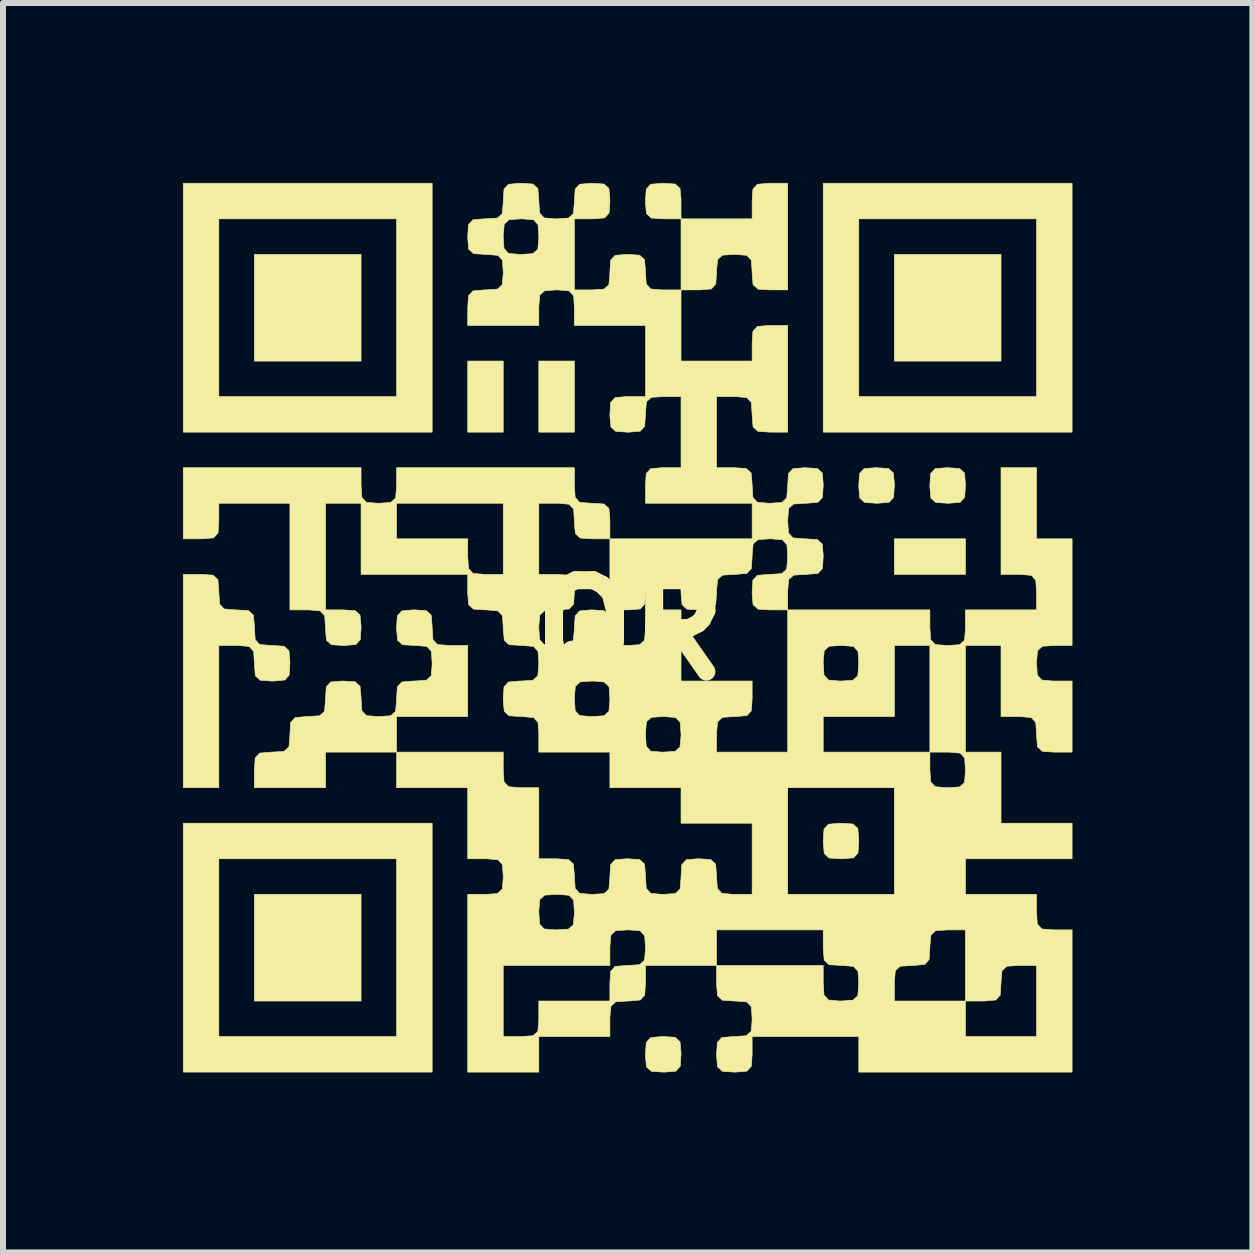
<source format=kicad_pcb>
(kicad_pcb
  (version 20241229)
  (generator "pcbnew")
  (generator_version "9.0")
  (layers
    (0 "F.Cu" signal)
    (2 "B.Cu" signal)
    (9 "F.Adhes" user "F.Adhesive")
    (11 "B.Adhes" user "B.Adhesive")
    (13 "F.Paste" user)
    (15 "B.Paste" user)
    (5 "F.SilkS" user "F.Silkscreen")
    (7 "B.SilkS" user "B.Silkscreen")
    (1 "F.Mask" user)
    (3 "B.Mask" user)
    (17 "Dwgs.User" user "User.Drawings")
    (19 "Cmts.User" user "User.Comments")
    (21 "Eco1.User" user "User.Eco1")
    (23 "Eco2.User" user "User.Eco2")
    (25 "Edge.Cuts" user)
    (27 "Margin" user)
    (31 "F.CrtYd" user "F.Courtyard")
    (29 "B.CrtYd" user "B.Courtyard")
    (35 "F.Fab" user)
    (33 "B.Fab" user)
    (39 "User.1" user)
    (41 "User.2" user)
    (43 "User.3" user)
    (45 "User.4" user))
  (footprint "QR"
    (layer "F.Cu")
    (at 7.456 7.456)
    (property "Reference" "QR" (at 0 0 0) (layer "F.SilkS") (effects (font (size 1.524 1.524) (thickness 0.3))))
    (attr through_hole)
    (fp_poly (pts (xy -4.487 -4.487) (xy -6.265 -4.487) (xy -6.265 -6.265) (xy -4.487 -6.265) (xy -4.487 -4.487)) (stroke (width 0.01) (type solid)) (fill yes) (layer "F.SilkS"))
    (fp_poly (pts (xy -4.487 6.181) (xy -6.265 6.181) (xy -6.265 4.403) (xy -4.487 4.403) (xy -4.487 6.181)) (stroke (width 0.01) (type solid)) (fill yes) (layer "F.SilkS"))
    (fp_poly (pts (xy -2.117 -3.302) (xy -2.709 -3.302) (xy -2.709 -4.487) (xy -2.117 -4.487) (xy -2.117 -3.302)) (stroke (width 0.01) (type solid)) (fill yes) (layer "F.SilkS"))
    (fp_poly (pts (xy -0.931 -3.302) (xy -1.524 -3.302) (xy -1.524 -4.487) (xy -0.931 -4.487) (xy -0.931 -3.302)) (stroke (width 0.01) (type solid)) (fill yes) (layer "F.SilkS"))
    (fp_poly (pts (xy 5.588 -0.931) (xy 4.403 -0.931) (xy 4.403 -1.524) (xy 5.588 -1.524) (xy 5.588 -0.931)) (stroke (width 0.01) (type solid)) (fill yes) (layer "F.SilkS"))
    (fp_poly (pts (xy 6.181 -4.487) (xy 4.403 -4.487) (xy 4.403 -6.265) (xy 6.181 -6.265) (xy 6.181 -4.487)) (stroke (width 0.01) (type solid)) (fill yes) (layer "F.SilkS"))
    (fp_poly (pts (xy -3.302 -3.302) (xy -7.451 -3.302) (xy -7.451 -6.858) (xy -6.858 -6.858) (xy -6.858 -3.895) (xy -3.895 -3.895) (xy -3.895 -6.858) (xy -6.858 -6.858) (xy -7.451 -6.858) (xy -7.451 -7.451) (xy -3.302 -7.451) (xy -3.302 -3.302)) (stroke (width 0.01) (type solid)) (fill yes) (layer "F.SilkS"))
    (fp_poly (pts (xy -3.302 7.366) (xy -7.451 7.366) (xy -7.451 3.81) (xy -6.858 3.81) (xy -6.858 6.773) (xy -3.895 6.773) (xy -3.895 3.81) (xy -6.858 3.81) (xy -7.451 3.81) (xy -7.451 3.217) (xy -3.302 3.217) (xy -3.302 7.366)) (stroke (width 0.01) (type solid)) (fill yes) (layer "F.SilkS"))
    (fp_poly (pts (xy 7.366 -3.302) (xy 3.217 -3.302) (xy 3.217 -6.858) (xy 3.81 -6.858) (xy 3.81 -3.895) (xy 6.773 -3.895) (xy 6.773 -6.858) (xy 3.81 -6.858) (xy 3.217 -6.858) (xy 3.217 -7.451) (xy 7.366 -7.451) (xy 7.366 -3.302)) (stroke (width 0.01) (type solid)) (fill yes) (layer "F.SilkS"))
    (fp_poly (pts (xy 0.55 -6.858) (xy 0.352 -6.871) (xy 0.27 -6.945) (xy 0.254 -7.132) (xy 0.254 -7.154) (xy 0.267 -7.353) (xy 0.341 -7.434) (xy 0.528 -7.451) (xy 0.55 -7.451) (xy 0.749 -7.438) (xy 0.83 -7.364) (xy 0.847 -7.177) (xy 0.847 -7.154) (xy 0.847 -6.858) (xy 0.55 -6.858)) (stroke (width 0.01) (type solid)) (fill yes) (layer "F.SilkS"))
    (fp_poly (pts (xy 0.749 6.786) (xy 0.83 6.86) (xy 0.847 7.047) (xy 0.847 7.07) (xy 0.834 7.268) (xy 0.76 7.35) (xy 0.573 7.366) (xy 0.55 7.366) (xy 0.352 7.353) (xy 0.27 7.279) (xy 0.254 7.092) (xy 0.254 7.07) (xy 0.267 6.871) (xy 0.341 6.79) (xy 0.528 6.773) (xy 0.55 6.773) (xy 0.749 6.786)) (stroke (width 0.01) (type solid)) (fill yes) (layer "F.SilkS"))
    (fp_poly (pts (xy 3.712 3.23) (xy 3.794 3.304) (xy 3.81 3.491) (xy 3.81 3.514) (xy 3.797 3.712) (xy 3.723 3.794) (xy 3.536 3.81) (xy 3.514 3.81) (xy 3.315 3.797) (xy 3.234 3.723) (xy 3.217 3.536) (xy 3.217 3.514) (xy 3.23 3.315) (xy 3.304 3.234) (xy 3.491 3.217) (xy 3.514 3.217) (xy 3.712 3.23)) (stroke (width 0.01) (type solid)) (fill yes) (layer "F.SilkS"))
    (fp_poly (pts (xy 4.305 -2.696) (xy 4.386 -2.622) (xy 4.403 -2.436) (xy 4.403 -2.413) (xy 4.39 -2.214) (xy 4.316 -2.133) (xy 4.129 -2.117) (xy 4.106 -2.117) (xy 3.908 -2.13) (xy 3.826 -2.204) (xy 3.81 -2.39) (xy 3.81 -2.413) (xy 3.823 -2.612) (xy 3.897 -2.693) (xy 4.084 -2.709) (xy 4.106 -2.709) (xy 4.305 -2.696)) (stroke (width 0.01) (type solid)) (fill yes) (layer "F.SilkS"))
    (fp_poly (pts (xy 5.49 -2.696) (xy 5.572 -2.622) (xy 5.588 -2.436) (xy 5.588 -2.413) (xy 5.575 -2.214) (xy 5.501 -2.133) (xy 5.314 -2.117) (xy 5.292 -2.117) (xy 5.093 -2.13) (xy 5.012 -2.204) (xy 4.995 -2.39) (xy 4.995 -2.413) (xy 5.008 -2.612) (xy 5.082 -2.693) (xy 5.269 -2.709) (xy 5.292 -2.709) (xy 5.49 -2.696)) (stroke (width 0.01) (type solid)) (fill yes) (layer "F.SilkS"))
    (fp_poly (pts (xy 0.847 -6.858) (xy 2.032 -6.858) (xy 2.032 -7.154) (xy 2.045 -7.353) (xy 2.119 -7.434) (xy 2.306 -7.451) (xy 2.328 -7.451) (xy 2.625 -7.451) (xy 2.625 -5.673) (xy 2.328 -5.673) (xy 2.13 -5.686) (xy 2.048 -5.76) (xy 2.032 -5.946) (xy 2.032 -5.969) (xy 2.019 -6.168) (xy 1.945 -6.249) (xy 1.758 -6.265) (xy 1.736 -6.265) (xy 1.537 -6.252) (xy 1.456 -6.178) (xy 1.439 -5.992) (xy 1.439 -5.969) (xy 1.426 -5.77) (xy 1.352 -5.689) (xy 1.166 -5.673) (xy 1.143 -5.673) (xy 0.847 -5.673) (xy 0.847 -6.858)) (stroke (width 0.01) (type solid)) (fill yes) (layer "F.SilkS"))
    (fp_poly (pts (xy -6.956 -0.918) (xy -6.874 -0.844) (xy -6.858 -0.658) (xy -6.858 -0.635) (xy -6.845 -0.436) (xy -6.771 -0.355) (xy -6.584 -0.339) (xy -6.562 -0.339) (xy -6.363 -0.326) (xy -6.282 -0.252) (xy -6.265 -0.065) (xy -6.265 -0.042) (xy -6.252 0.156) (xy -6.178 0.238) (xy -5.992 0.254) (xy -5.969 0.254) (xy -5.77 0.267) (xy -5.689 0.341) (xy -5.673 0.528) (xy -5.673 0.55) (xy -5.686 0.749) (xy -5.76 0.83) (xy -5.946 0.847) (xy -5.969 0.847) (xy -6.168 0.834) (xy -6.249 0.76) (xy -6.265 0.573) (xy -6.265 0.55) (xy -6.278 0.352) (xy -6.352 0.27) (xy -6.539 0.254) (xy -6.562 0.254) (xy -6.858 0.254) (xy -6.858 2.625) (xy -7.451 2.625) (xy -7.451 -0.931) (xy -7.154 -0.931) (xy -6.956 -0.918)) (stroke (width 0.01) (type solid)) (fill yes) (layer "F.SilkS"))
    (fp_poly (pts (xy -3.4 -0.326) (xy -3.318 -0.252) (xy -3.302 -0.065) (xy -3.302 -0.042) (xy -3.289 0.156) (xy -3.215 0.238) (xy -3.028 0.254) (xy -3.006 0.254) (xy -2.709 0.254) (xy -2.709 1.439) (xy -3.895 1.439) (xy -3.895 2.032) (xy -5.08 2.032) (xy -5.08 2.625) (xy -6.265 2.625) (xy -6.265 2.328) (xy -6.252 2.13) (xy -6.178 2.048) (xy -5.992 2.032) (xy -5.969 2.032) (xy -5.77 2.019) (xy -5.689 1.945) (xy -5.673 1.758) (xy -5.673 1.736) (xy -5.66 1.537) (xy -5.586 1.456) (xy -5.399 1.439) (xy -5.376 1.439) (xy -5.178 1.426) (xy -5.096 1.352) (xy -5.08 1.166) (xy -5.08 1.143) (xy -5.067 0.944) (xy -4.993 0.863) (xy -4.806 0.847) (xy -4.784 0.847) (xy -4.585 0.86) (xy -4.504 0.934) (xy -4.487 1.12) (xy -4.487 1.143) (xy -4.474 1.342) (xy -4.4 1.423) (xy -4.214 1.439) (xy -4.191 1.439) (xy -3.992 1.426) (xy -3.911 1.352) (xy -3.895 1.166) (xy -3.895 1.143) (xy -3.882 0.944) (xy -3.808 0.863) (xy -3.621 0.847) (xy -3.598 0.847) (xy -3.4 0.834) (xy -3.318 0.76) (xy -3.302 0.573) (xy -3.302 0.55) (xy -3.315 0.352) (xy -3.389 0.27) (xy -3.576 0.254) (xy -3.598 0.254) (xy -3.797 0.241) (xy -3.878 0.167) (xy -3.895 -0.02) (xy -3.895 -0.042) (xy -3.882 -0.241) (xy -3.808 -0.322) (xy -3.621 -0.339) (xy -3.598 -0.339) (xy -3.4 -0.326)) (stroke (width 0.01) (type solid)) (fill yes) (layer "F.SilkS"))
    (fp_poly (pts (xy 0.254 5.588) (xy 0.254 5.884) (xy 0.241 6.083) (xy 0.167 6.164) (xy -0.02 6.181) (xy -0.042 6.181) (xy -0.241 6.194) (xy -0.322 6.268) (xy -0.339 6.454) (xy -0.339 6.477) (xy -0.339 6.773) (xy -1.524 6.773) (xy -1.524 7.366) (xy -2.709 7.366) (xy -2.709 5.588) (xy -2.117 5.588) (xy -2.117 6.773) (xy -1.82 6.773) (xy -1.622 6.76) (xy -1.54 6.686) (xy -1.524 6.5) (xy -1.524 6.477) (xy -1.524 6.181) (xy -0.339 6.181) (xy -0.339 5.884) (xy -0.326 5.686) (xy -0.252 5.604) (xy -0.065 5.588) (xy -0.042 5.588) (xy 0.156 5.575) (xy 0.238 5.501) (xy 0.254 5.314) (xy 0.254 5.292) (xy 0.241 5.093) (xy 0.167 5.012) (xy -0.02 4.995) (xy -0.042 4.995) (xy 1.439 4.995) (xy 1.439 5.588) (xy 3.217 5.588) (xy 3.217 5.884) (xy 3.23 6.083) (xy 3.304 6.164) (xy 3.491 6.181) (xy 3.514 6.181) (xy 3.712 6.168) (xy 3.794 6.094) (xy 3.81 5.907) (xy 3.81 5.884) (xy 4.403 5.884) (xy 4.403 6.181) (xy 5.588 6.181) (xy 5.588 4.995) (xy 5.292 4.995) (xy 5.093 5.008) (xy 5.012 5.082) (xy 4.995 5.269) (xy 4.995 5.292) (xy 4.982 5.49) (xy 4.908 5.572) (xy 4.722 5.588) (xy 4.699 5.588) (xy 4.5 5.601) (xy 4.419 5.675) (xy 4.403 5.862) (xy 4.403 5.884) (xy 3.81 5.884) (xy 3.797 5.686) (xy 3.723 5.604) (xy 3.536 5.588) (xy 3.514 5.588) (xy 3.315 5.575) (xy 3.234 5.501) (xy 3.217 5.314) (xy 3.217 5.292) (xy 3.217 4.995) (xy 1.439 4.995) (xy -0.042 4.995) (xy -0.241 5.008) (xy -0.322 5.082) (xy -0.339 5.269) (xy -0.339 5.292) (xy -0.339 5.588) (xy -2.117 5.588) (xy -2.709 5.588) (xy -2.709 4.699) (xy -1.524 4.699) (xy -1.511 4.898) (xy -1.437 4.979) (xy -1.25 4.995) (xy -1.228 4.995) (xy -1.029 4.982) (xy -0.948 4.908) (xy -0.931 4.722) (xy -0.931 4.699) (xy -0.944 4.5) (xy -1.018 4.419) (xy -1.205 4.403) (xy -1.228 4.403) (xy -1.426 4.416) (xy -1.508 4.49) (xy -1.524 4.676) (xy -1.524 4.699) (xy -2.709 4.699) (xy -2.709 4.403) (xy -2.413 4.403) (xy -2.214 4.39) (xy -2.133 4.316) (xy -2.117 4.129) (xy -2.117 4.106) (xy -2.13 3.908) (xy -2.204 3.826) (xy -2.39 3.81) (xy -2.413 3.81) (xy -2.709 3.81) (xy -2.709 2.625) (xy -3.895 2.625) (xy -3.895 2.032) (xy -2.117 2.032) (xy -2.117 2.328) (xy -2.104 2.527) (xy -2.03 2.608) (xy -1.843 2.625) (xy -1.82 2.625) (xy -1.524 2.625) (xy -1.524 3.81) (xy -1.228 3.81) (xy -1.029 3.823) (xy -0.948 3.897) (xy -0.931 4.084) (xy -0.931 4.106) (xy -0.918 4.305) (xy -0.844 4.386) (xy -0.658 4.403) (xy -0.635 4.403) (xy -0.436 4.39) (xy -0.355 4.316) (xy -0.339 4.129) (xy -0.339 4.106) (xy -0.326 3.908) (xy -0.252 3.826) (xy -0.065 3.81) (xy -0.042 3.81) (xy 0.156 3.823) (xy 0.238 3.897) (xy 0.254 4.084) (xy 0.254 4.106) (xy 0.267 4.305) (xy 0.341 4.386) (xy 0.528 4.403) (xy 0.55 4.403) (xy 0.749 4.39) (xy 0.83 4.316) (xy 0.847 4.129) (xy 0.847 4.106) (xy 0.86 3.908) (xy 0.934 3.826) (xy 1.12 3.81) (xy 1.143 3.81) (xy 1.342 3.823) (xy 1.423 3.897) (xy 1.439 4.084) (xy 1.439 4.106) (xy 1.452 4.305) (xy 1.526 4.386) (xy 1.713 4.403) (xy 1.736 4.403) (xy 2.032 4.403) (xy 2.032 3.217) (xy 0.847 3.217) (xy 0.847 2.625) (xy 2.625 2.625) (xy 2.625 4.403) (xy 4.403 4.403) (xy 4.403 2.625) (xy 2.625 2.625) (xy 0.847 2.625) (xy -0.339 2.625) (xy -0.339 2.328) (xy 4.995 2.328) (xy 5.008 2.527) (xy 5.082 2.608) (xy 5.269 2.625) (xy 5.292 2.625) (xy 5.49 2.612) (xy 5.572 2.538) (xy 5.588 2.351) (xy 5.588 2.328) (xy 5.575 2.13) (xy 5.501 2.048) (xy 5.314 2.032) (xy 5.292 2.032) (xy 4.995 2.032) (xy 4.995 2.328) (xy -0.339 2.328) (xy -0.339 2.032) (xy -1.524 2.032) (xy -1.524 1.736) (xy 0.254 1.736) (xy 0.267 1.934) (xy 0.341 2.016) (xy 0.528 2.032) (xy 0.55 2.032) (xy 0.749 2.019) (xy 0.83 1.945) (xy 0.847 1.758) (xy 0.847 1.736) (xy 0.834 1.537) (xy 0.76 1.456) (xy 0.573 1.439) (xy 0.55 1.439) (xy 0.352 1.452) (xy 0.27 1.526) (xy 0.254 1.713) (xy 0.254 1.736) (xy -1.524 1.736) (xy -1.537 1.537) (xy -1.611 1.456) (xy -1.798 1.439) (xy -1.82 1.439) (xy -2.019 1.426) (xy -2.1 1.352) (xy -2.117 1.166) (xy -2.117 1.143) (xy -0.931 1.143) (xy -0.918 1.342) (xy -0.844 1.423) (xy -0.658 1.439) (xy -0.635 1.439) (xy -0.436 1.426) (xy -0.355 1.352) (xy -0.339 1.166) (xy -0.339 1.143) (xy -0.352 0.944) (xy -0.426 0.863) (xy -0.612 0.847) (xy -0.635 0.847) (xy -0.834 0.86) (xy -0.915 0.934) (xy -0.931 1.12) (xy -0.931 1.143) (xy -2.117 1.143) (xy -2.104 0.944) (xy -2.03 0.863) (xy -1.843 0.847) (xy -1.82 0.847) (xy -1.622 0.834) (xy -1.54 0.76) (xy -1.524 0.573) (xy -1.524 0.55) (xy -1.537 0.352) (xy -1.611 0.27) (xy -1.798 0.254) (xy -1.82 0.254) (xy -2.019 0.241) (xy -2.1 0.167) (xy -2.117 -0.02) (xy -2.117 -0.042) (xy -2.13 -0.241) (xy -2.204 -0.322) (xy -2.39 -0.339) (xy -2.413 -0.339) (xy -2.612 -0.352) (xy -2.693 -0.426) (xy -2.709 -0.612) (xy -2.709 -0.635) (xy -2.709 -0.931) (xy -4.487 -0.931) (xy -4.487 -2.117) (xy -5.08 -2.117) (xy -5.08 -0.339) (xy -4.784 -0.339) (xy -4.585 -0.326) (xy -4.504 -0.252) (xy -4.487 -0.065) (xy -4.487 -0.042) (xy -4.5 0.156) (xy -4.574 0.238) (xy -4.761 0.254) (xy -4.784 0.254) (xy -4.982 0.241) (xy -5.064 0.167) (xy -5.08 -0.02) (xy -5.08 -0.042) (xy -5.093 -0.241) (xy -5.167 -0.322) (xy -5.354 -0.339) (xy -5.376 -0.339) (xy -5.673 -0.339) (xy -5.673 -2.117) (xy -6.858 -2.117) (xy -6.858 -1.82) (xy -6.871 -1.622) (xy -6.945 -1.54) (xy -7.132 -1.524) (xy -7.154 -1.524) (xy -7.451 -1.524) (xy -7.451 -2.709) (xy -4.487 -2.709) (xy -4.487 -2.413) (xy -4.474 -2.214) (xy -4.4 -2.133) (xy -4.214 -2.117) (xy -4.191 -2.117) (xy -3.895 -2.117) (xy -3.895 -1.524) (xy -2.709 -1.524) (xy -2.709 -1.228) (xy -2.696 -1.029) (xy -2.622 -0.948) (xy -2.436 -0.931) (xy -2.413 -0.931) (xy -2.117 -0.931) (xy -2.117 -2.117) (xy -1.524 -2.117) (xy -1.524 -0.931) (xy -1.228 -0.931) (xy -1.029 -0.918) (xy -0.948 -0.844) (xy -0.931 -0.658) (xy -0.931 -0.635) (xy -0.944 -0.436) (xy -1.018 -0.355) (xy -1.205 -0.339) (xy -1.228 -0.339) (xy -1.426 -0.326) (xy -1.508 -0.252) (xy -1.524 -0.065) (xy -1.524 -0.042) (xy -1.511 0.156) (xy -1.437 0.238) (xy -1.25 0.254) (xy -1.228 0.254) (xy -1.029 0.241) (xy -0.948 0.167) (xy -0.931 -0.02) (xy -0.931 -0.042) (xy -0.918 -0.241) (xy -0.844 -0.322) (xy -0.658 -0.339) (xy -0.635 -0.339) (xy -0.436 -0.326) (xy -0.355 -0.252) (xy -0.339 -0.065) (xy -0.339 -0.042) (xy -0.326 0.156) (xy -0.252 0.238) (xy -0.065 0.254) (xy -0.042 0.254) (xy 0.156 0.241) (xy 0.238 0.167) (xy 0.254 -0.02) (xy 0.254 -0.042) (xy 0.267 -0.241) (xy 0.341 -0.322) (xy 0.528 -0.339) (xy 0.55 -0.339) (xy 0.847 -0.339) (xy 0.847 0.847) (xy 2.032 0.847) (xy 2.032 1.143) (xy 2.019 1.342) (xy 1.945 1.423) (xy 1.758 1.439) (xy 1.736 1.439) (xy 1.537 1.452) (xy 1.456 1.526) (xy 1.439 1.713) (xy 1.439 1.736) (xy 1.439 2.032) (xy 2.625 2.032) (xy 2.625 1.439) (xy 3.217 1.439) (xy 3.217 2.032) (xy 4.995 2.032) (xy 4.995 0.254) (xy 4.403 0.254) (xy 4.403 1.439) (xy 3.217 1.439) (xy 2.625 1.439) (xy 2.625 0.55) (xy 3.217 0.55) (xy 3.23 0.749) (xy 3.304 0.83) (xy 3.491 0.847) (xy 3.514 0.847) (xy 3.712 0.834) (xy 3.794 0.76) (xy 3.81 0.573) (xy 3.81 0.55) (xy 3.797 0.352) (xy 3.723 0.27) (xy 3.536 0.254) (xy 3.514 0.254) (xy 3.315 0.267) (xy 3.234 0.341) (xy 3.217 0.528) (xy 3.217 0.55) (xy 2.625 0.55) (xy 2.625 -0.339) (xy 2.328 -0.339) (xy 2.13 -0.352) (xy 2.048 -0.426) (xy 2.032 -0.612) (xy 2.032 -0.635) (xy 2.045 -0.834) (xy 2.119 -0.915) (xy 2.306 -0.931) (xy 2.328 -0.931) (xy 2.527 -0.944) (xy 2.608 -1.018) (xy 2.625 -1.205) (xy 2.625 -1.228) (xy 2.612 -1.426) (xy 2.538 -1.508) (xy 2.351 -1.524) (xy 2.328 -1.524) (xy 2.13 -1.511) (xy 2.048 -1.437) (xy 2.032 -1.25) (xy 2.032 -1.228) (xy 2.019 -1.029) (xy 1.945 -0.948) (xy 1.758 -0.931) (xy 1.736 -0.931) (xy 1.537 -0.918) (xy 1.456 -0.844) (xy 1.439 -0.658) (xy 1.439 -0.635) (xy 1.426 -0.436) (xy 1.352 -0.355) (xy 1.166 -0.339) (xy 1.143 -0.339) (xy 0.944 -0.352) (xy 0.863 -0.426) (xy 0.847 -0.612) (xy 0.847 -0.635) (xy 0.834 -0.834) (xy 0.76 -0.915) (xy 0.573 -0.931) (xy 0.55 -0.931) (xy 0.352 -0.918) (xy 0.27 -0.844) (xy 0.254 -0.658) (xy 0.254 -0.635) (xy 0.241 -0.436) (xy 0.167 -0.355) (xy -0.02 -0.339) (xy -0.042 -0.339) (xy -0.339 -0.339) (xy -0.339 -1.524) (xy -0.635 -1.524) (xy -0.834 -1.537) (xy -0.915 -1.611) (xy -0.931 -1.798) (xy -0.931 -1.82) (xy -0.944 -2.019) (xy -1.018 -2.1) (xy -1.205 -2.117) (xy -1.228 -2.117) (xy -1.524 -2.117) (xy -2.117 -2.117) (xy -3.895 -2.117) (xy -4.191 -2.117) (xy -3.992 -2.13) (xy -3.911 -2.204) (xy -3.895 -2.39) (xy -3.895 -2.413) (xy -3.895 -2.709) (xy -0.931 -2.709) (xy -0.931 -2.413) (xy -0.918 -2.214) (xy -0.844 -2.133) (xy -0.658 -2.117) (xy -0.635 -2.117) (xy -0.436 -2.104) (xy -0.355 -2.03) (xy -0.339 -1.843) (xy -0.339 -1.82) (xy -0.339 -1.524) (xy 2.032 -1.524) (xy 2.032 -2.117) (xy 0.254 -2.117) (xy 0.254 -2.413) (xy 0.267 -2.612) (xy 0.341 -2.693) (xy 0.528 -2.709) (xy 0.55 -2.709) (xy 0.847 -2.709) (xy 0.847 -3.895) (xy 0.55 -3.895) (xy 0.352 -3.882) (xy 0.27 -3.808) (xy 0.254 -3.621) (xy 0.254 -3.598) (xy 0.241 -3.4) (xy 0.167 -3.318) (xy -0.02 -3.302) (xy -0.042 -3.302) (xy -0.241 -3.315) (xy -0.322 -3.389) (xy -0.339 -3.576) (xy -0.339 -3.598) (xy -0.326 -3.797) (xy -0.252 -3.878) (xy -0.065 -3.895) (xy -0.042 -3.895) (xy 0.254 -3.895) (xy 0.254 -5.08) (xy -0.931 -5.08) (xy -0.931 -5.376) (xy -0.944 -5.575) (xy -1.018 -5.656) (xy -1.205 -5.673) (xy -1.228 -5.673) (xy -1.426 -5.66) (xy -1.508 -5.586) (xy -1.524 -5.399) (xy -1.524 -5.376) (xy -1.524 -5.08) (xy -2.709 -5.08) (xy -2.709 -5.376) (xy -2.696 -5.575) (xy -2.622 -5.656) (xy -2.436 -5.673) (xy -2.413 -5.673) (xy -2.214 -5.686) (xy -2.133 -5.76) (xy -2.117 -5.946) (xy -2.117 -5.969) (xy -2.13 -6.168) (xy -2.204 -6.249) (xy -2.39 -6.265) (xy -2.413 -6.265) (xy -2.612 -6.278) (xy -2.693 -6.352) (xy -2.709 -6.539) (xy -2.709 -6.562) (xy -2.117 -6.562) (xy -2.104 -6.363) (xy -2.03 -6.282) (xy -1.843 -6.265) (xy -1.82 -6.265) (xy -1.622 -6.278) (xy -1.54 -6.352) (xy -1.524 -6.539) (xy -1.524 -6.562) (xy -1.537 -6.76) (xy -1.611 -6.842) (xy -1.798 -6.858) (xy -1.82 -6.858) (xy -2.019 -6.845) (xy -2.1 -6.771) (xy -2.117 -6.584) (xy -2.117 -6.562) (xy -2.709 -6.562) (xy -2.696 -6.76) (xy -2.622 -6.842) (xy -2.436 -6.858) (xy -2.413 -6.858) (xy -2.214 -6.871) (xy -2.133 -6.945) (xy -2.117 -7.132) (xy -2.117 -7.154) (xy -2.104 -7.353) (xy -2.03 -7.434) (xy -1.843 -7.451) (xy -1.82 -7.451) (xy -1.622 -7.438) (xy -1.54 -7.364) (xy -1.524 -7.177) (xy -1.524 -7.154) (xy -1.511 -6.956) (xy -1.437 -6.874) (xy -1.25 -6.858) (xy -1.228 -6.858) (xy -1.029 -6.871) (xy -0.948 -6.945) (xy -0.931 -7.132) (xy -0.931 -7.154) (xy -0.918 -7.353) (xy -0.844 -7.434) (xy -0.658 -7.451) (xy -0.635 -7.451) (xy -0.436 -7.438) (xy -0.355 -7.364) (xy -0.339 -7.177) (xy -0.339 -7.154) (xy -0.352 -6.956) (xy -0.426 -6.874) (xy -0.612 -6.858) (xy -0.635 -6.858) (xy -0.931 -6.858) (xy -0.931 -5.673) (xy -0.635 -5.673) (xy -0.436 -5.686) (xy -0.355 -5.76) (xy -0.339 -5.946) (xy -0.339 -5.969) (xy -0.326 -6.168) (xy -0.252 -6.249) (xy -0.065 -6.265) (xy -0.042 -6.265) (xy 0.156 -6.252) (xy 0.238 -6.178) (xy 0.254 -5.992) (xy 0.254 -5.969) (xy 0.267 -5.77) (xy 0.341 -5.689) (xy 0.528 -5.673) (xy 0.55 -5.673) (xy 0.847 -5.673) (xy 0.847 -4.487) (xy 2.032 -4.487) (xy 2.032 -4.784) (xy 2.045 -4.982) (xy 2.119 -5.064) (xy 2.306 -5.08) (xy 2.328 -5.08) (xy 2.625 -5.08) (xy 2.625 -3.302) (xy 2.328 -3.302) (xy 2.13 -3.315) (xy 2.048 -3.389) (xy 2.032 -3.576) (xy 2.032 -3.598) (xy 2.019 -3.797) (xy 1.945 -3.878) (xy 1.758 -3.895) (xy 1.736 -3.895) (xy 1.439 -3.895) (xy 1.439 -2.709) (xy 1.736 -2.709) (xy 1.934 -2.696) (xy 2.016 -2.622) (xy 2.032 -2.436) (xy 2.032 -2.413) (xy 2.045 -2.214) (xy 2.119 -2.133) (xy 2.306 -2.117) (xy 2.328 -2.117) (xy 2.527 -2.13) (xy 2.608 -2.204) (xy 2.625 -2.39) (xy 2.625 -2.413) (xy 2.638 -2.612) (xy 2.712 -2.693) (xy 2.898 -2.709) (xy 2.921 -2.709) (xy 3.12 -2.696) (xy 3.201 -2.622) (xy 3.217 -2.436) (xy 3.217 -2.413) (xy 3.204 -2.214) (xy 3.13 -2.133) (xy 2.944 -2.117) (xy 2.921 -2.117) (xy 2.722 -2.104) (xy 2.641 -2.03) (xy 2.625 -1.843) (xy 2.625 -1.82) (xy 2.638 -1.622) (xy 2.712 -1.54) (xy 2.898 -1.524) (xy 2.921 -1.524) (xy 3.12 -1.511) (xy 3.201 -1.437) (xy 3.217 -1.25) (xy 3.217 -1.228) (xy 3.204 -1.029) (xy 3.13 -0.948) (xy 2.944 -0.931) (xy 2.921 -0.931) (xy 2.722 -0.918) (xy 2.641 -0.844) (xy 2.625 -0.658) (xy 2.625 -0.635) (xy 2.625 -0.339) (xy 4.995 -0.339) (xy 4.995 -0.042) (xy 5.008 0.156) (xy 5.082 0.238) (xy 5.269 0.254) (xy 5.292 0.254) (xy 5.49 0.241) (xy 5.572 0.167) (xy 5.588 -0.02) (xy 5.588 -0.042) (xy 5.588 -0.339) (xy 6.773 -0.339) (xy 6.773 -0.635) (xy 6.76 -0.834) (xy 6.686 -0.915) (xy 6.5 -0.931) (xy 6.477 -0.931) (xy 6.181 -0.931) (xy 6.181 -2.709) (xy 6.773 -2.709) (xy 6.773 -1.524) (xy 7.366 -1.524) (xy 7.366 0.254) (xy 7.07 0.254) (xy 6.871 0.267) (xy 6.79 0.341) (xy 6.773 0.528) (xy 6.773 0.55) (xy 6.786 0.749) (xy 6.86 0.83) (xy 7.047 0.847) (xy 7.07 0.847) (xy 7.366 0.847) (xy 7.366 2.032) (xy 7.07 2.032) (xy 6.871 2.019) (xy 6.79 1.945) (xy 6.773 1.758) (xy 6.773 1.736) (xy 6.76 1.537) (xy 6.686 1.456) (xy 6.5 1.439) (xy 6.477 1.439) (xy 6.181 1.439) (xy 6.181 0.254) (xy 5.588 0.254) (xy 5.588 2.032) (xy 6.181 2.032) (xy 6.181 3.217) (xy 7.366 3.217) (xy 7.366 3.81) (xy 5.588 3.81) (xy 5.588 4.403) (xy 6.773 4.403) (xy 6.773 4.699) (xy 6.786 4.898) (xy 6.86 4.979) (xy 7.047 4.995) (xy 7.07 4.995) (xy 7.366 4.995) (xy 7.366 7.366) (xy 3.81 7.366) (xy 3.81 6.773) (xy 5.588 6.773) (xy 6.773 6.773) (xy 6.773 5.588) (xy 6.477 5.588) (xy 6.278 5.601) (xy 6.197 5.675) (xy 6.181 5.862) (xy 6.181 5.884) (xy 6.168 6.083) (xy 6.094 6.164) (xy 5.907 6.181) (xy 5.884 6.181) (xy 5.588 6.181) (xy 5.588 6.773) (xy 3.81 6.773) (xy 2.032 6.773) (xy 2.032 7.07) (xy 2.019 7.268) (xy 1.945 7.35) (xy 1.758 7.366) (xy 1.736 7.366) (xy 1.537 7.353) (xy 1.456 7.279) (xy 1.439 7.092) (xy 1.439 7.07) (xy 1.452 6.871) (xy 1.526 6.79) (xy 1.713 6.773) (xy 1.736 6.773) (xy 1.934 6.76) (xy 2.016 6.686) (xy 2.032 6.5) (xy 2.032 6.477) (xy 2.019 6.278) (xy 1.945 6.197) (xy 1.758 6.181) (xy 1.736 6.181) (xy 1.537 6.168) (xy 1.456 6.094) (xy 1.439 5.907) (xy 1.439 5.884) (xy 1.439 5.588) (xy 0.254 5.588)) (stroke (width 0.01) (type solid)) (fill yes) (layer "F.SilkS")))
  (gr_rect
    (start -3 -3)
    (end 17.827 17.827)
    (stroke (width 0.1) (type default))
    (fill no)
    (layer "Edge.Cuts")))
</source>
